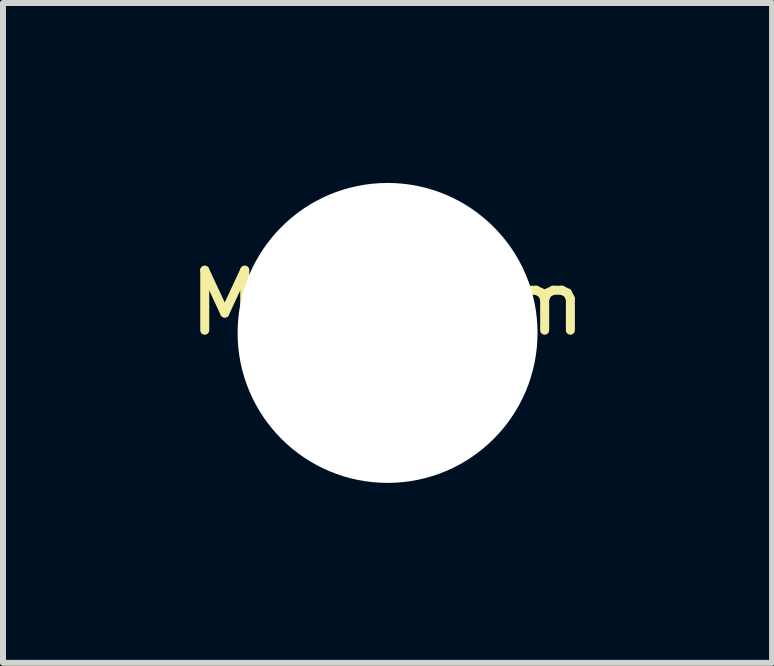
<source format=kicad_pcb>
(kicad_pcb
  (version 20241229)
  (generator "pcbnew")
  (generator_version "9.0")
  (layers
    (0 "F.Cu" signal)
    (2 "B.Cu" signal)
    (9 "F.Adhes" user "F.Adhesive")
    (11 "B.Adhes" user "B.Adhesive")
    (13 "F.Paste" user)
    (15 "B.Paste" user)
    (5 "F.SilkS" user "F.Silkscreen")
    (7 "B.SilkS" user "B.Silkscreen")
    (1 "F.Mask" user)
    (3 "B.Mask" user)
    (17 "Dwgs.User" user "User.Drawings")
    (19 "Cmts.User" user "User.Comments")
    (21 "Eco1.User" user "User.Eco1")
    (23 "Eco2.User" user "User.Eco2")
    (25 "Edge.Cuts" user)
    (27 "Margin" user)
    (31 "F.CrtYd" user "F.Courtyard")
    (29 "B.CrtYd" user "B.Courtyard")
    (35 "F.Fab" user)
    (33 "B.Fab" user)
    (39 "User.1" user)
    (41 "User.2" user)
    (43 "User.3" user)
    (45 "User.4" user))
  (footprint "MH_5mm"
    (layer "F.Cu")
    (at 3.411 2.5)
    (property "Reference" "MH_5mm" (at 0 -0.5 0) (unlocked yes) (layer "F.SilkS") (effects (font (size 1 1) (thickness 0.15))))
    (attr through_hole)
    (pad "" np_thru_hole circle (at 0 0) (size 5 5) (drill 5) (layers "*.Cu" "*.Mask")))
  (gr_rect
    (start -3 -3)
    (end 9.821 8)
    (stroke (width 0.1) (type default))
    (fill no)
    (layer "Edge.Cuts")))
</source>
